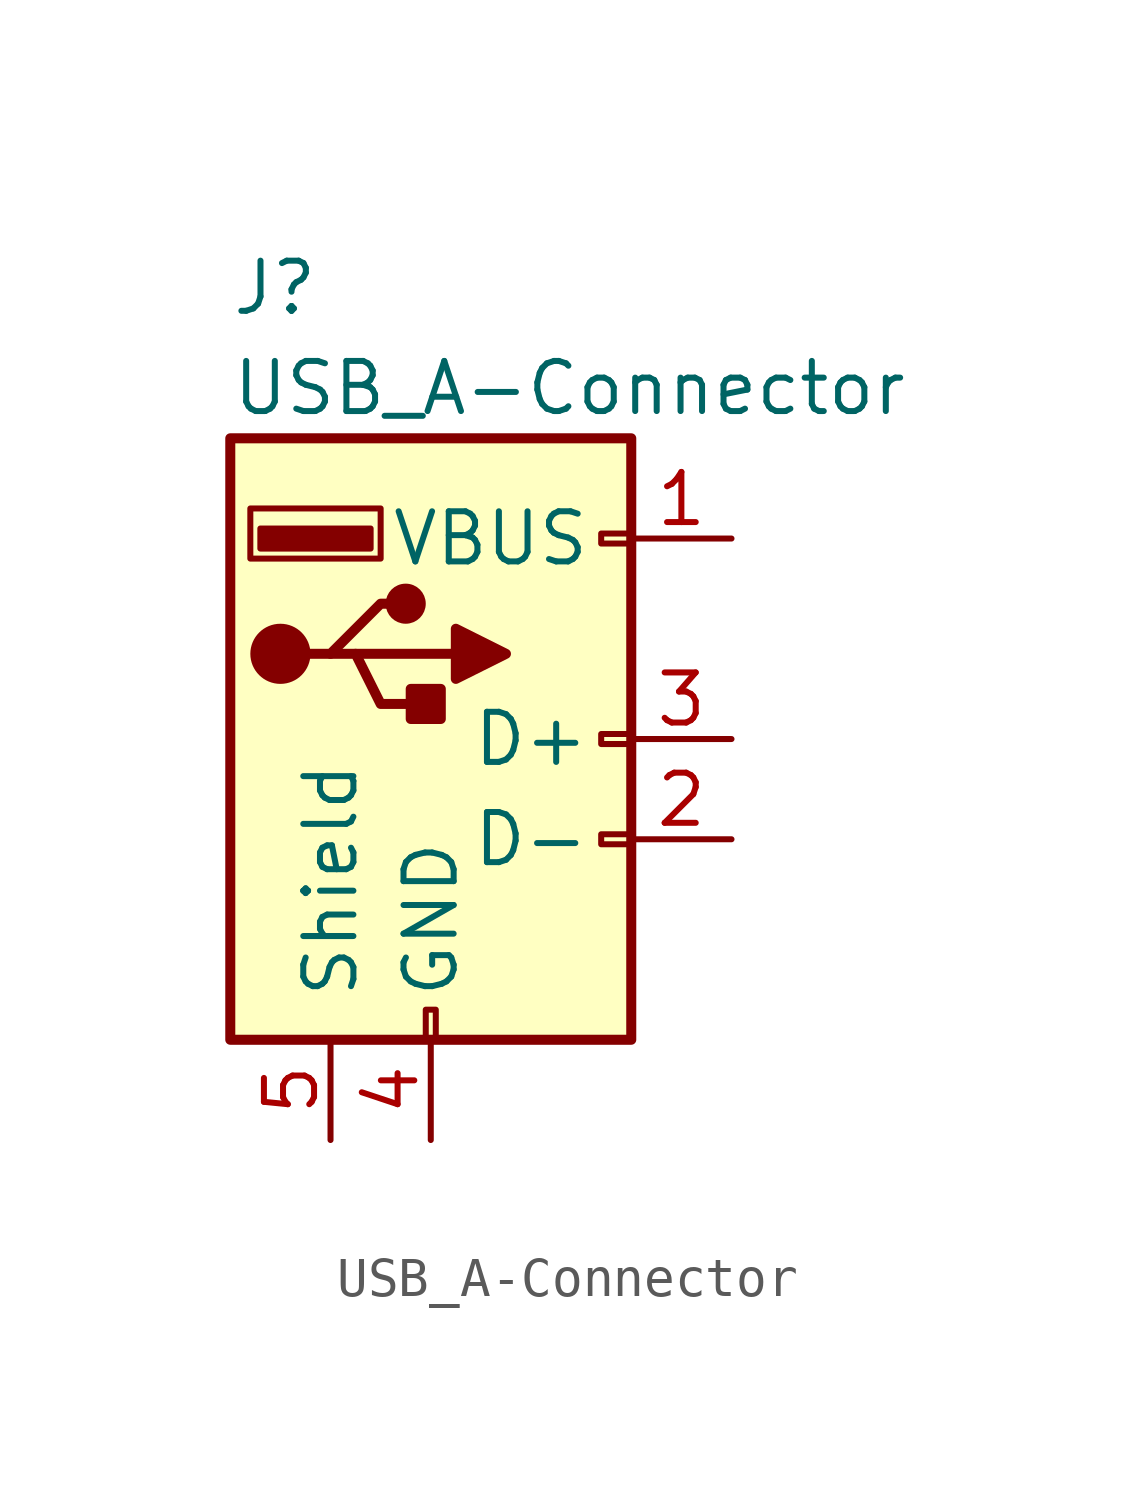
<source format=kicad_sym>
(kicad_symbol_lib
  (version 20211014)
  (generator kicad_symbol_editor)
  (symbol "USB_A-Connector"
    (pin_names
      (offset 1.016))
    (property "Reference" "J"
      (at -5.08 11.43 0)
      (effects (font (size 1.27 1.27)) (justify left)))
    (property "Value" "USB_A-Connector"
      (at -5.08 8.89 0)
      (effects (font (size 1.27 1.27)) (justify left)))
    (symbol "USB_A-Connector_0_1"
      (rectangle (start -5.08 -7.62) (end 5.08 7.62) (stroke (width 0.254) (type default) (color 0 0 0 0)) (fill (type background)))
      (circle (center -3.81 2.159) (radius 0.635) (stroke (width 0.254) (type default) (color 0 0 0 0)) (fill (type outline)))
      (rectangle (start -1.524 4.826) (end -4.318 5.334) (stroke (width 0) (type default) (color 0 0 0 0)) (fill (type outline)))
      (rectangle (start -1.27 4.572) (end -4.572 5.842) (stroke (width 0) (type default) (color 0 0 0 0)) (fill (type none)))
      (circle (center -0.635 3.429) (radius 0.381) (stroke (width 0.254) (type default) (color 0 0 0 0)) (fill (type outline)))
      (rectangle (start -0.127 -7.62) (end 0.127 -6.858) (stroke (width 0) (type default) (color 0 0 0 0)) (fill (type none)))
      (polyline (pts (xy -3.175 2.159) (xy -2.54 2.159) (xy -1.27 3.429) (xy -0.635 3.429)) (stroke (width 0.254) (type default) (color 0 0 0 0)) (fill (type none)))
      (polyline (pts (xy -2.54 2.159) (xy -1.905 2.159) (xy -1.27 0.889) (xy 0 0.889)) (stroke (width 0.254) (type default) (color 0 0 0 0)) (fill (type none)))
      (polyline (pts (xy 0.635 2.794) (xy 0.635 1.524) (xy 1.905 2.159) (xy 0.635 2.794)) (stroke (width 0.254) (type default) (color 0 0 0 0)) (fill (type outline)))
      (rectangle (start 0.254 1.27) (end -0.508 0.508) (stroke (width 0.254) (type default) (color 0 0 0 0)) (fill (type outline)))
      (rectangle (start 5.08 -2.667) (end 4.318 -2.413) (stroke (width 0) (type default) (color 0 0 0 0)) (fill (type none)))
      (rectangle (start 5.08 -0.127) (end 4.318 0.127) (stroke (width 0) (type default) (color 0 0 0 0)) (fill (type none)))
      (rectangle (start 5.08 4.953) (end 4.318 5.207) (stroke (width 0) (type default) (color 0 0 0 0)) (fill (type none))))
    (symbol "USB_A-Connector_1_1"
      (polyline (pts (xy -1.905 2.159) (xy 0.635 2.159)) (stroke (width 0.254) (type default) (color 0 0 0 0)) (fill (type none)))
      (pin power_in line (at 7.62 5.08 180) (length 2.54) (name "VBUS" (effects (font (size 1.27 1.27)))) (number "1" (effects (font (size 1.27 1.27)))))
      (pin passive line (at 7.62 -2.54 180) (length 2.54) (name "D-" (effects (font (size 1.27 1.27)))) (number "2" (effects (font (size 1.27 1.27)))))
      (pin passive line (at 7.62 0 180) (length 2.54) (name "D+" (effects (font (size 1.27 1.27)))) (number "3" (effects (font (size 1.27 1.27)))))
      (pin power_in line (at 0 -10.16 90) (length 2.54) (name "GND" (effects (font (size 1.27 1.27)))) (number "4" (effects (font (size 1.27 1.27)))))
      (pin passive line (at -2.54 -10.16 90) (length 2.54) (name "Shield" (effects (font (size 1.27 1.27)))) (number "5" (effects (font (size 1.27 1.27))))))))
</source>
